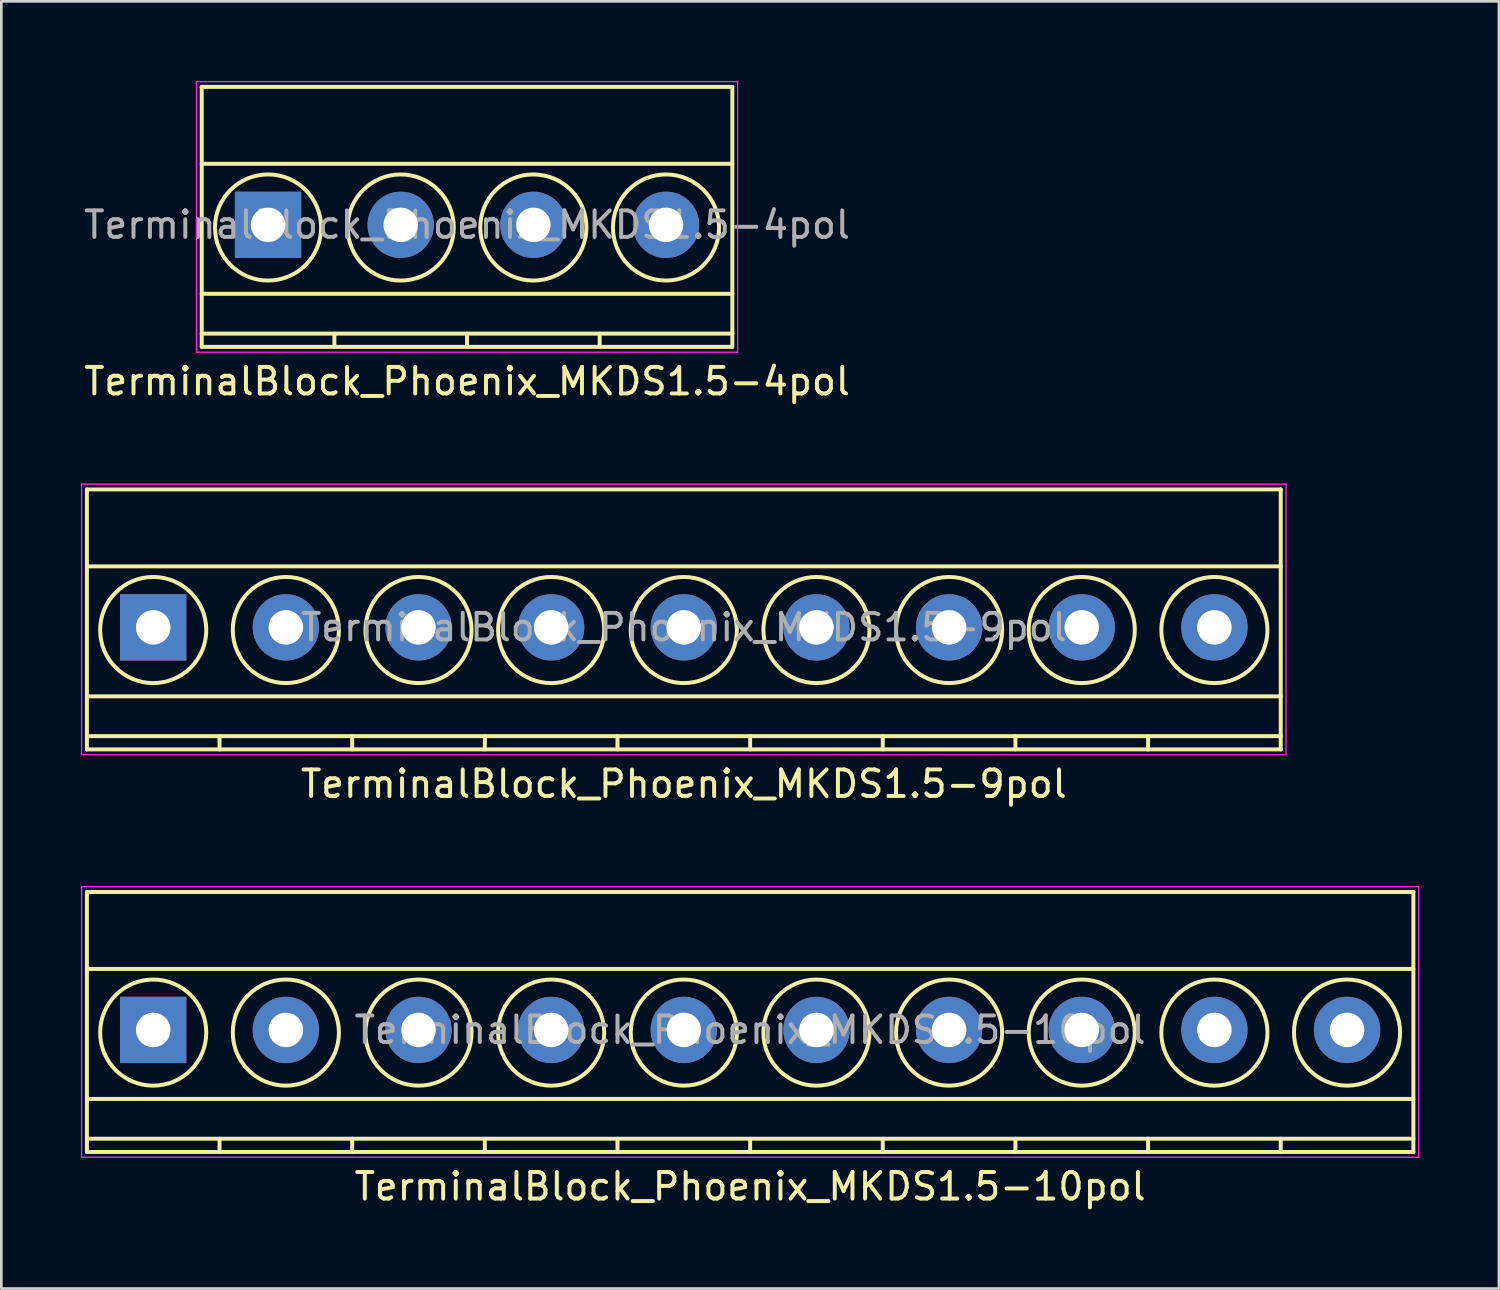
<source format=kicad_pcb>
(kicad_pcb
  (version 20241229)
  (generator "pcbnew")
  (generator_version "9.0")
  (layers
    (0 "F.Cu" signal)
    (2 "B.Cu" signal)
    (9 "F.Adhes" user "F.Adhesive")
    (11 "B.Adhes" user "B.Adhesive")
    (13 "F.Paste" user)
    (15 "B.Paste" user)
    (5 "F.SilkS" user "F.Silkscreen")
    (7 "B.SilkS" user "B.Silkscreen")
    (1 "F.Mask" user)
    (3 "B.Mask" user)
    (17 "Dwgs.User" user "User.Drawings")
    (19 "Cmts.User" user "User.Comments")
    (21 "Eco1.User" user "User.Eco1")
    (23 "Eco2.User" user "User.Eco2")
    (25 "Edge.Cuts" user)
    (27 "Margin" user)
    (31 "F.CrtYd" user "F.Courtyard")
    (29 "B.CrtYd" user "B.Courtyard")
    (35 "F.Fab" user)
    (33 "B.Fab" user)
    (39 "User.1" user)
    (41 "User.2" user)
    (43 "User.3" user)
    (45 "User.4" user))
  (footprint "TerminalBlock_Phoenix_MKDS1.5-10pol"
    (layer "F.Cu")
    (at 2.725 35.772)
    (property "Reference" "TerminalBlock_Phoenix_MKDS1.5-10pol" (at 22.5 5.9 0) (layer "F.SilkS") (effects (font (size 1 1) (thickness 0.15))))
    (attr through_hole)
    (fp_line (start -2.5 -5.2) (end -2.5 4.6) (stroke (width 0.15) (type solid)) (layer "F.SilkS"))
    (fp_line (start -2.5 -2.3) (end 47.5 -2.3) (stroke (width 0.15) (type solid)) (layer "F.SilkS"))
    (fp_line (start -2.5 2.6) (end 47.5 2.6) (stroke (width 0.15) (type solid)) (layer "F.SilkS"))
    (fp_line (start -2.5 4.1) (end 47.5 4.1) (stroke (width 0.15) (type solid)) (layer "F.SilkS"))
    (fp_line (start -2.5 4.6) (end 47.5 4.6) (stroke (width 0.15) (type solid)) (layer "F.SilkS"))
    (fp_line (start 2.5 4.1) (end 2.5 4.6) (stroke (width 0.15) (type solid)) (layer "F.SilkS"))
    (fp_line (start 7.5 4.1) (end 7.5 4.6) (stroke (width 0.15) (type solid)) (layer "F.SilkS"))
    (fp_line (start 12.5 4.1) (end 12.5 4.6) (stroke (width 0.15) (type solid)) (layer "F.SilkS"))
    (fp_line (start 17.5 4.1) (end 17.5 4.6) (stroke (width 0.15) (type solid)) (layer "F.SilkS"))
    (fp_line (start 22.5 4.1) (end 22.5 4.6) (stroke (width 0.15) (type solid)) (layer "F.SilkS"))
    (fp_line (start 27.5 4.1) (end 27.5 4.6) (stroke (width 0.15) (type solid)) (layer "F.SilkS"))
    (fp_line (start 32.5 4.1) (end 32.5 4.6) (stroke (width 0.15) (type solid)) (layer "F.SilkS"))
    (fp_line (start 37.5 4.1) (end 37.5 4.6) (stroke (width 0.15) (type solid)) (layer "F.SilkS"))
    (fp_line (start 42.5 4.1) (end 42.5 4.6) (stroke (width 0.15) (type solid)) (layer "F.SilkS"))
    (fp_line (start 47.5 -5.2) (end -2.5 -5.2) (stroke (width 0.15) (type solid)) (layer "F.SilkS"))
    (fp_line (start 47.5 4.6) (end 47.5 -5.2) (stroke (width 0.15) (type solid)) (layer "F.SilkS"))
    (fp_circle (center 0 0.1) (end 2 0.1) (stroke (width 0.15) (type solid)) (fill no) (layer "F.SilkS"))
    (fp_circle (center 5 0.1) (end 3 0.1) (stroke (width 0.15) (type solid)) (fill no) (layer "F.SilkS"))
    (fp_circle (center 10 0.1) (end 8 0.1) (stroke (width 0.15) (type solid)) (fill no) (layer "F.SilkS"))
    (fp_circle (center 15 0.1) (end 13 0.1) (stroke (width 0.15) (type solid)) (fill no) (layer "F.SilkS"))
    (fp_circle (center 20 0.1) (end 18 0.1) (stroke (width 0.15) (type solid)) (fill no) (layer "F.SilkS"))
    (fp_circle (center 25 0.1) (end 23 0.1) (stroke (width 0.15) (type solid)) (fill no) (layer "F.SilkS"))
    (fp_circle (center 30 0.1) (end 28 0.1) (stroke (width 0.15) (type solid)) (fill no) (layer "F.SilkS"))
    (fp_circle (center 35 0.1) (end 33 0.1) (stroke (width 0.15) (type solid)) (fill no) (layer "F.SilkS"))
    (fp_circle (center 40 0.1) (end 38 0.1) (stroke (width 0.15) (type solid)) (fill no) (layer "F.SilkS"))
    (fp_circle (center 45 0.1) (end 43 0.1) (stroke (width 0.15) (type solid)) (fill no) (layer "F.SilkS"))
    (fp_line (start -2.7 -5.4) (end -2.7 4.8) (stroke (width 0.05) (type solid)) (layer "F.CrtYd"))
    (fp_line (start -2.7 4.8) (end 47.7 4.8) (stroke (width 0.05) (type solid)) (layer "F.CrtYd"))
    (fp_line (start 47.7 -5.4) (end -2.7 -5.4) (stroke (width 0.05) (type solid)) (layer "F.CrtYd"))
    (fp_line (start 47.7 4.8) (end 47.7 -5.4) (stroke (width 0.05) (type solid)) (layer "F.CrtYd"))
    (fp_text user "${REFERENCE}" (at 22.5 0 0) (layer "F.Fab") (effects (font (size 1 1) (thickness 0.15))))
    (pad "1" thru_hole rect (at 0 0) (size 2.5 2.5) (drill 1.3) (layers "*.Cu" "*.Mask"))
    (pad "2" thru_hole circle (at 5 0) (size 2.5 2.5) (drill 1.3) (layers "*.Cu" "*.Mask"))
    (pad "3" thru_hole circle (at 10 0) (size 2.5 2.5) (drill 1.3) (layers "*.Cu" "*.Mask"))
    (pad "4" thru_hole circle (at 15 0) (size 2.5 2.5) (drill 1.3) (layers "*.Cu" "*.Mask"))
    (pad "5" thru_hole circle (at 20 0) (size 2.5 2.5) (drill 1.3) (layers "*.Cu" "*.Mask"))
    (pad "6" thru_hole circle (at 25 0) (size 2.5 2.5) (drill 1.3) (layers "*.Cu" "*.Mask"))
    (pad "7" thru_hole circle (at 30 0) (size 2.5 2.5) (drill 1.3) (layers "*.Cu" "*.Mask"))
    (pad "8" thru_hole circle (at 35 0) (size 2.5 2.5) (drill 1.3) (layers "*.Cu" "*.Mask"))
    (pad "9" thru_hole circle (at 40 0) (size 2.5 2.5) (drill 1.3) (layers "*.Cu" "*.Mask"))
    (pad "10" thru_hole circle (at 45 0) (size 2.5 2.5) (drill 1.3) (layers "*.Cu" "*.Mask")))
  (footprint "TerminalBlock_Phoenix_MKDS1.5-9pol"
    (layer "F.Cu")
    (at 2.725 20.598)
    (property "Reference" "TerminalBlock_Phoenix_MKDS1.5-9pol" (at 20 5.9 0) (layer "F.SilkS") (effects (font (size 1 1) (thickness 0.15))))
    (attr through_hole)
    (fp_line (start -2.5 -5.2) (end -2.5 4.6) (stroke (width 0.15) (type solid)) (layer "F.SilkS"))
    (fp_line (start -2.5 -2.3) (end 42.5 -2.3) (stroke (width 0.15) (type solid)) (layer "F.SilkS"))
    (fp_line (start -2.5 2.6) (end 42.5 2.6) (stroke (width 0.15) (type solid)) (layer "F.SilkS"))
    (fp_line (start -2.5 4.1) (end 42.5 4.1) (stroke (width 0.15) (type solid)) (layer "F.SilkS"))
    (fp_line (start -2.5 4.6) (end 42.5 4.6) (stroke (width 0.15) (type solid)) (layer "F.SilkS"))
    (fp_line (start 2.5 4.1) (end 2.5 4.6) (stroke (width 0.15) (type solid)) (layer "F.SilkS"))
    (fp_line (start 7.5 4.1) (end 7.5 4.6) (stroke (width 0.15) (type solid)) (layer "F.SilkS"))
    (fp_line (start 12.5 4.1) (end 12.5 4.6) (stroke (width 0.15) (type solid)) (layer "F.SilkS"))
    (fp_line (start 17.5 4.1) (end 17.5 4.6) (stroke (width 0.15) (type solid)) (layer "F.SilkS"))
    (fp_line (start 22.5 4.1) (end 22.5 4.6) (stroke (width 0.15) (type solid)) (layer "F.SilkS"))
    (fp_line (start 27.5 4.1) (end 27.5 4.6) (stroke (width 0.15) (type solid)) (layer "F.SilkS"))
    (fp_line (start 32.5 4.1) (end 32.5 4.6) (stroke (width 0.15) (type solid)) (layer "F.SilkS"))
    (fp_line (start 37.5 4.1) (end 37.5 4.6) (stroke (width 0.15) (type solid)) (layer "F.SilkS"))
    (fp_line (start 42.5 -5.2) (end -2.5 -5.2) (stroke (width 0.15) (type solid)) (layer "F.SilkS"))
    (fp_line (start 42.5 4.6) (end 42.5 -5.2) (stroke (width 0.15) (type solid)) (layer "F.SilkS"))
    (fp_circle (center 0 0.1) (end 2 0.1) (stroke (width 0.15) (type solid)) (fill no) (layer "F.SilkS"))
    (fp_circle (center 5 0.1) (end 3 0.1) (stroke (width 0.15) (type solid)) (fill no) (layer "F.SilkS"))
    (fp_circle (center 10 0.1) (end 8 0.1) (stroke (width 0.15) (type solid)) (fill no) (layer "F.SilkS"))
    (fp_circle (center 15 0.1) (end 13 0.1) (stroke (width 0.15) (type solid)) (fill no) (layer "F.SilkS"))
    (fp_circle (center 20 0.1) (end 18 0.1) (stroke (width 0.15) (type solid)) (fill no) (layer "F.SilkS"))
    (fp_circle (center 25 0.1) (end 23 0.1) (stroke (width 0.15) (type solid)) (fill no) (layer "F.SilkS"))
    (fp_circle (center 30 0.1) (end 28 0.1) (stroke (width 0.15) (type solid)) (fill no) (layer "F.SilkS"))
    (fp_circle (center 35 0.1) (end 33 0.1) (stroke (width 0.15) (type solid)) (fill no) (layer "F.SilkS"))
    (fp_circle (center 40 0.1) (end 38 0.1) (stroke (width 0.15) (type solid)) (fill no) (layer "F.SilkS"))
    (fp_line (start -2.7 -5.4) (end 42.7 -5.4) (stroke (width 0.05) (type solid)) (layer "F.CrtYd"))
    (fp_line (start -2.7 4.8) (end -2.7 -5.4) (stroke (width 0.05) (type solid)) (layer "F.CrtYd"))
    (fp_line (start 42.7 -5.4) (end 42.7 4.8) (stroke (width 0.05) (type solid)) (layer "F.CrtYd"))
    (fp_line (start 42.7 4.8) (end -2.7 4.8) (stroke (width 0.05) (type solid)) (layer "F.CrtYd"))
    (fp_text user "${REFERENCE}" (at 20 0 0) (layer "F.Fab") (effects (font (size 1 1) (thickness 0.15))))
    (pad "1" thru_hole rect (at 0 0) (size 2.5 2.5) (drill 1.3) (layers "*.Cu" "*.Mask"))
    (pad "2" thru_hole circle (at 5 0) (size 2.5 2.5) (drill 1.3) (layers "*.Cu" "*.Mask"))
    (pad "3" thru_hole circle (at 10 0) (size 2.5 2.5) (drill 1.3) (layers "*.Cu" "*.Mask"))
    (pad "4" thru_hole circle (at 15 0) (size 2.5 2.5) (drill 1.3) (layers "*.Cu" "*.Mask"))
    (pad "5" thru_hole circle (at 20 0) (size 2.5 2.5) (drill 1.3) (layers "*.Cu" "*.Mask"))
    (pad "6" thru_hole circle (at 25 0) (size 2.5 2.5) (drill 1.3) (layers "*.Cu" "*.Mask"))
    (pad "7" thru_hole circle (at 30 0) (size 2.5 2.5) (drill 1.3) (layers "*.Cu" "*.Mask"))
    (pad "8" thru_hole circle (at 35 0) (size 2.5 2.5) (drill 1.3) (layers "*.Cu" "*.Mask"))
    (pad "9" thru_hole circle (at 40 0) (size 2.5 2.5) (drill 1.3) (layers "*.Cu" "*.Mask")))
  (footprint "TerminalBlock_Phoenix_MKDS1.5-4pol"
    (layer "F.Cu")
    (at 7.054 5.425)
    (property "Reference" "TerminalBlock_Phoenix_MKDS1.5-4pol" (at 7.5 5.9 0) (layer "F.SilkS") (effects (font (size 1 1) (thickness 0.15))))
    (attr through_hole)
    (fp_line (start -2.5 -5.2) (end -2.5 4.6) (stroke (width 0.15) (type solid)) (layer "F.SilkS"))
    (fp_line (start -2.5 -2.3) (end 17.5 -2.3) (stroke (width 0.15) (type solid)) (layer "F.SilkS"))
    (fp_line (start -2.5 2.6) (end 17.5 2.6) (stroke (width 0.15) (type solid)) (layer "F.SilkS"))
    (fp_line (start -2.5 4.1) (end 17.5 4.1) (stroke (width 0.15) (type solid)) (layer "F.SilkS"))
    (fp_line (start -2.5 4.6) (end 17.5 4.6) (stroke (width 0.15) (type solid)) (layer "F.SilkS"))
    (fp_line (start 2.5 4.1) (end 2.5 4.6) (stroke (width 0.15) (type solid)) (layer "F.SilkS"))
    (fp_line (start 7.5 4.1) (end 7.5 4.6) (stroke (width 0.15) (type solid)) (layer "F.SilkS"))
    (fp_line (start 12.5 4.1) (end 12.5 4.6) (stroke (width 0.15) (type solid)) (layer "F.SilkS"))
    (fp_line (start 17.5 -5.2) (end -2.5 -5.2) (stroke (width 0.15) (type solid)) (layer "F.SilkS"))
    (fp_line (start 17.5 4.6) (end 17.5 -5.2) (stroke (width 0.15) (type solid)) (layer "F.SilkS"))
    (fp_circle (center 0 0.1) (end 2 0.1) (stroke (width 0.15) (type solid)) (fill no) (layer "F.SilkS"))
    (fp_circle (center 5 0.1) (end 3 0.1) (stroke (width 0.15) (type solid)) (fill no) (layer "F.SilkS"))
    (fp_circle (center 10 0.1) (end 8 0.1) (stroke (width 0.15) (type solid)) (fill no) (layer "F.SilkS"))
    (fp_circle (center 15 0.1) (end 13 0.1) (stroke (width 0.15) (type solid)) (fill no) (layer "F.SilkS"))
    (fp_line (start -2.7 -5.4) (end 17.7 -5.4) (stroke (width 0.05) (type solid)) (layer "F.CrtYd"))
    (fp_line (start -2.7 4.8) (end -2.7 -5.4) (stroke (width 0.05) (type solid)) (layer "F.CrtYd"))
    (fp_line (start 17.7 -5.4) (end 17.7 4.8) (stroke (width 0.05) (type solid)) (layer "F.CrtYd"))
    (fp_line (start 17.7 4.8) (end -2.7 4.8) (stroke (width 0.05) (type solid)) (layer "F.CrtYd"))
    (fp_text user "${REFERENCE}" (at 7.5 0 0) (layer "F.Fab") (effects (font (size 1 1) (thickness 0.15))))
    (pad "1" thru_hole rect (at 0 0) (size 2.5 2.5) (drill 1.3) (layers "*.Cu" "*.Mask"))
    (pad "2" thru_hole circle (at 5 0) (size 2.5 2.5) (drill 1.3) (layers "*.Cu" "*.Mask"))
    (pad "3" thru_hole circle (at 10 0) (size 2.5 2.5) (drill 1.3) (layers "*.Cu" "*.Mask"))
    (pad "4" thru_hole circle (at 15 0) (size 2.5 2.5) (drill 1.3) (layers "*.Cu" "*.Mask")))
  (gr_rect
    (start -3 -3)
    (end 53.45 45.52)
    (stroke (width 0.1) (type default))
    (fill no)
    (layer "Edge.Cuts")))
</source>
